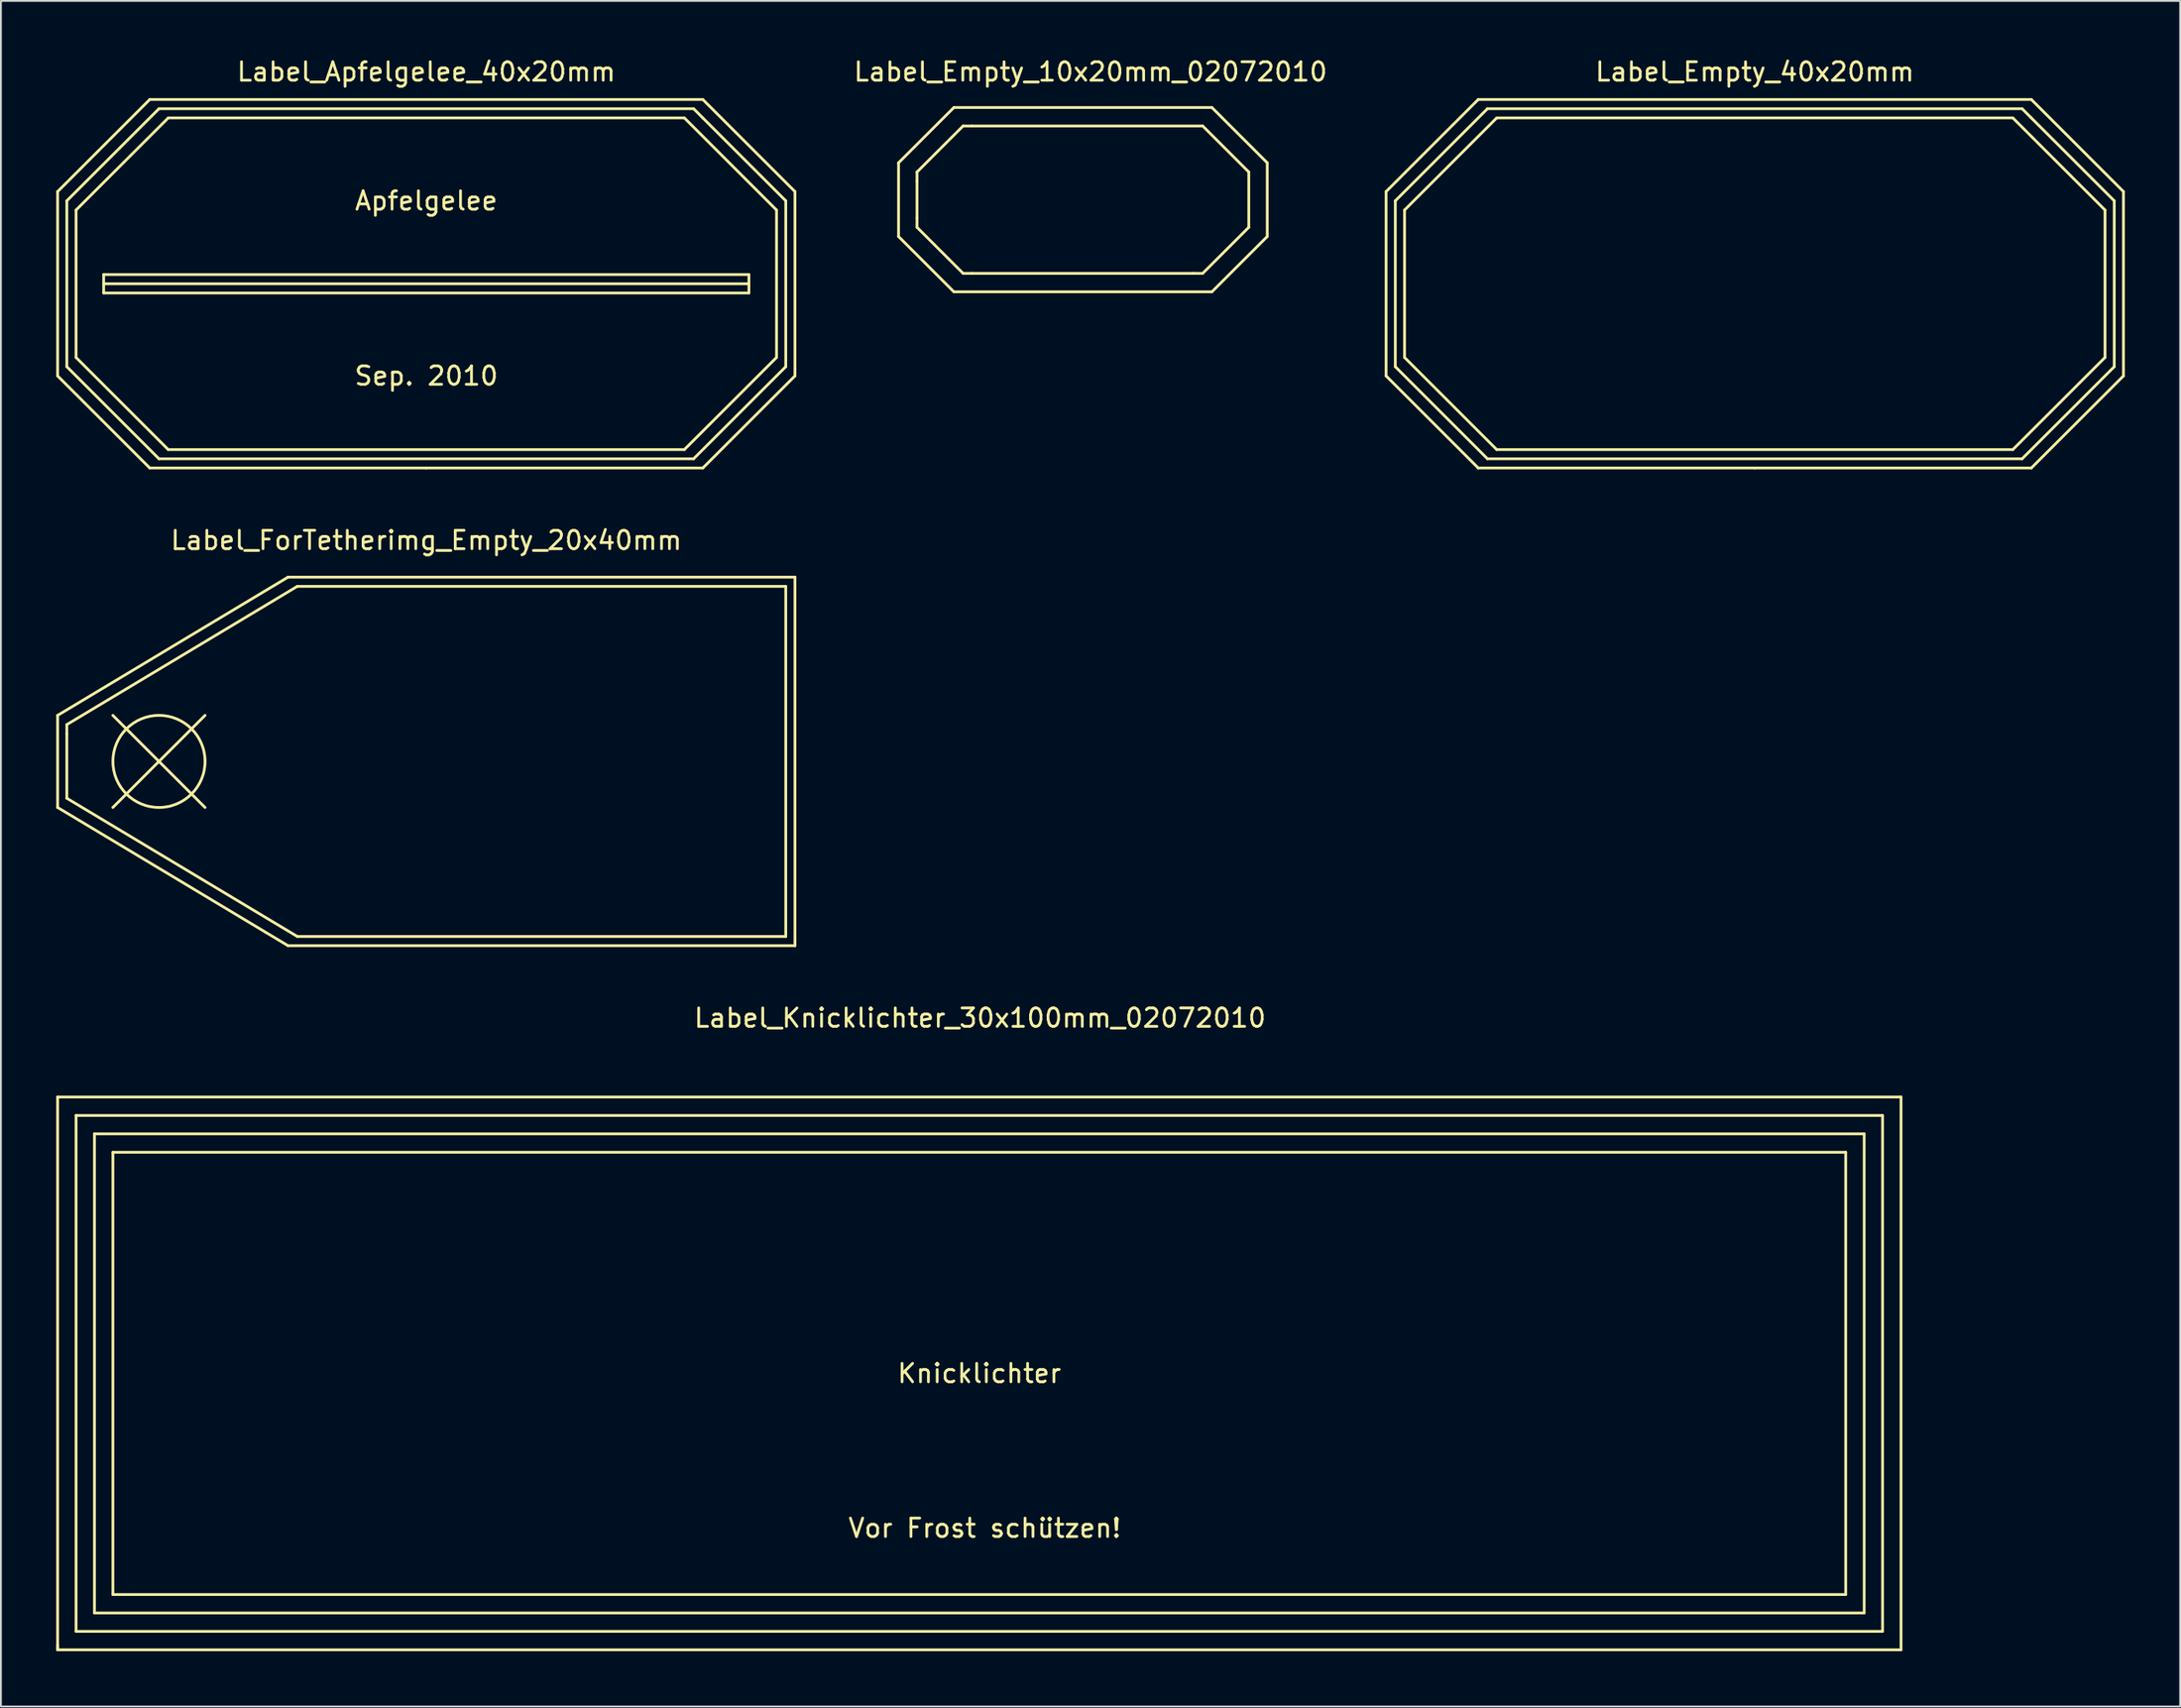
<source format=kicad_pcb>
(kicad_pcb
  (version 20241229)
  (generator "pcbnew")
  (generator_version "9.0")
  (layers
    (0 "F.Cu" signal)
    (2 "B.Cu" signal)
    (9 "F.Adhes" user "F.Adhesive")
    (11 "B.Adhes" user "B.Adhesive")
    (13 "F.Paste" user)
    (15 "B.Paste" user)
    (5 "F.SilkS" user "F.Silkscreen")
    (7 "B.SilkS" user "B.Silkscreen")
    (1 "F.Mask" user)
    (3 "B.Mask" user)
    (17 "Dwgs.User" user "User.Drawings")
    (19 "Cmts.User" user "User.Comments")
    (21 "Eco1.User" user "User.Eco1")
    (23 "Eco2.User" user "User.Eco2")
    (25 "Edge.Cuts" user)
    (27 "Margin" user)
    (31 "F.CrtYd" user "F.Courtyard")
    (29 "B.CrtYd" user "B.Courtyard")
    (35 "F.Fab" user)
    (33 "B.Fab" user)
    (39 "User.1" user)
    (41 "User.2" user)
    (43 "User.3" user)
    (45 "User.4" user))
  (footprint "Label_Empty_10x20mm_02072010"
    (layer "F.Cu")
    (at 56.108 7.96)
    (property "Reference" "Label_Empty_10x20mm_02072010" (at 0 -7.112 0) (layer "F.SilkS") (effects (font (size 1 1) (thickness 0.15))))
    (attr through_hole)
    (fp_line (start -10.414 -2.174) (end -10.414 1.826) (stroke (width 0.15) (type solid)) (layer "F.SilkS"))
    (fp_line (start -10.414 -2.174) (end -7.414 -5.174) (stroke (width 0.15) (type solid)) (layer "F.SilkS"))
    (fp_line (start -10.414 1.826) (end -7.414 4.826) (stroke (width 0.15) (type solid)) (layer "F.SilkS"))
    (fp_line (start -9.413 -1.674) (end -6.914 -4.173) (stroke (width 0.15) (type solid)) (layer "F.SilkS"))
    (fp_line (start -9.413 -1.173) (end -9.413 -1.674) (stroke (width 0.15) (type solid)) (layer "F.SilkS"))
    (fp_line (start -9.413 -1.173) (end -9.413 0.826) (stroke (width 0.15) (type solid)) (layer "F.SilkS"))
    (fp_line (start -9.413 0.826) (end -9.413 1.326) (stroke (width 0.15) (type solid)) (layer "F.SilkS"))
    (fp_line (start -9.413 1.326) (end -6.914 3.825) (stroke (width 0.15) (type solid)) (layer "F.SilkS"))
    (fp_line (start -7.414 -5.174) (end 6.586 -5.174) (stroke (width 0.15) (type solid)) (layer "F.SilkS"))
    (fp_line (start -6.914 -4.173) (end -6.413 -4.173) (stroke (width 0.15) (type solid)) (layer "F.SilkS"))
    (fp_line (start -6.914 3.825) (end -6.413 3.825) (stroke (width 0.15) (type solid)) (layer "F.SilkS"))
    (fp_line (start -6.413 3.825) (end 5.585 3.825) (stroke (width 0.15) (type solid)) (layer "F.SilkS"))
    (fp_line (start 6.086 -4.173) (end -6.413 -4.173) (stroke (width 0.15) (type solid)) (layer "F.SilkS"))
    (fp_line (start 6.086 3.825) (end 5.585 3.825) (stroke (width 0.15) (type solid)) (layer "F.SilkS"))
    (fp_line (start 6.586 4.826) (end -7.414 4.826) (stroke (width 0.15) (type solid)) (layer "F.SilkS"))
    (fp_line (start 6.586 4.826) (end 9.586 1.826) (stroke (width 0.15) (type solid)) (layer "F.SilkS"))
    (fp_line (start 8.585 -1.674) (end 6.086 -4.173) (stroke (width 0.15) (type solid)) (layer "F.SilkS"))
    (fp_line (start 8.585 -1.674) (end 8.585 1.326) (stroke (width 0.15) (type solid)) (layer "F.SilkS"))
    (fp_line (start 8.585 1.326) (end 6.086 3.825) (stroke (width 0.15) (type solid)) (layer "F.SilkS"))
    (fp_line (start 9.586 -2.174) (end 6.586 -5.174) (stroke (width 0.15) (type solid)) (layer "F.SilkS"))
    (fp_line (start 9.586 -2.174) (end 9.586 1.826) (stroke (width 0.15) (type solid)) (layer "F.SilkS")))
  (footprint "Label_ForTetherimg_Empty_20x40mm"
    (layer "F.Cu")
    (at 20.075 38.272)
    (property "Reference" "Label_ForTetherimg_Empty_20x40mm" (at 0 -11.999 0) (layer "F.SilkS") (effects (font (size 1 1) (thickness 0.15))))
    (attr through_hole)
    (fp_line (start -20 -2.499) (end -20 2.499) (stroke (width 0.15) (type solid)) (layer "F.SilkS"))
    (fp_line (start -20 -2.499) (end -7.501 -10) (stroke (width 0.15) (type solid)) (layer "F.SilkS"))
    (fp_line (start -20 2.499) (end -7.501 10) (stroke (width 0.15) (type solid)) (layer "F.SilkS"))
    (fp_line (start -19.5 -1.999) (end -19.5 -1.501) (stroke (width 0.15) (type solid)) (layer "F.SilkS"))
    (fp_line (start -19.5 -1.999) (end -7 -9.5) (stroke (width 0.15) (type solid)) (layer "F.SilkS"))
    (fp_line (start -19.5 1.999) (end -19.5 -1.501) (stroke (width 0.15) (type solid)) (layer "F.SilkS"))
    (fp_line (start -17.003 -2.499) (end -12.002 2.499) (stroke (width 0.15) (type solid)) (layer "F.SilkS"))
    (fp_line (start -17.003 2.499) (end -12.002 -2.499) (stroke (width 0.15) (type solid)) (layer "F.SilkS"))
    (fp_line (start -7.501 -10) (end 20 -10) (stroke (width 0.15) (type solid)) (layer "F.SilkS"))
    (fp_line (start -7 -9.5) (end 19.5 -9.5) (stroke (width 0.15) (type solid)) (layer "F.SilkS"))
    (fp_line (start -7 9.5) (end -19.5 1.999) (stroke (width 0.15) (type solid)) (layer "F.SilkS"))
    (fp_line (start 19.5 -9.5) (end 19.5 9.5) (stroke (width 0.15) (type solid)) (layer "F.SilkS"))
    (fp_line (start 19.5 9.5) (end -7 9.5) (stroke (width 0.15) (type solid)) (layer "F.SilkS"))
    (fp_line (start 20 -10) (end 20 10) (stroke (width 0.15) (type solid)) (layer "F.SilkS"))
    (fp_line (start 20 10) (end -7.501 10) (stroke (width 0.15) (type solid)) (layer "F.SilkS"))
    (fp_circle (center -14.501 0) (end -12.002 0) (stroke (width 0.15) (type solid)) (fill no) (layer "F.SilkS")))
  (footprint "Label_Empty_40x20mm"
    (layer "F.Cu")
    (at 92.142 12.349)
    (property "Reference" "Label_Empty_40x20mm" (at 0 -11.501 0) (layer "F.SilkS") (effects (font (size 1 1) (thickness 0.15))))
    (attr through_hole)
    (fp_line (start -20 -5.001) (end -20 5.001) (stroke (width 0.15) (type solid)) (layer "F.SilkS"))
    (fp_line (start -20 5.001) (end -15.001 10) (stroke (width 0.15) (type solid)) (layer "F.SilkS"))
    (fp_line (start -19.5 -4.501) (end -14.501 -9.5) (stroke (width 0.15) (type solid)) (layer "F.SilkS"))
    (fp_line (start -19.5 4.501) (end -19.5 -4.501) (stroke (width 0.15) (type solid)) (layer "F.SilkS"))
    (fp_line (start -18.999 -4) (end -14 -8.999) (stroke (width 0.15) (type solid)) (layer "F.SilkS"))
    (fp_line (start -18.999 4) (end -18.999 -4) (stroke (width 0.15) (type solid)) (layer "F.SilkS"))
    (fp_line (start -15.001 -10) (end -20 -5.001) (stroke (width 0.15) (type solid)) (layer "F.SilkS"))
    (fp_line (start -15.001 -10) (end 15.001 -10) (stroke (width 0.15) (type solid)) (layer "F.SilkS"))
    (fp_line (start -15.001 10) (end 0 10) (stroke (width 0.15) (type solid)) (layer "F.SilkS"))
    (fp_line (start -14.501 -9.5) (end 14.501 -9.5) (stroke (width 0.15) (type solid)) (layer "F.SilkS"))
    (fp_line (start -14.501 9.5) (end -19.5 4.501) (stroke (width 0.15) (type solid)) (layer "F.SilkS"))
    (fp_line (start -14 -8.999) (end 14 -8.999) (stroke (width 0.15) (type solid)) (layer "F.SilkS"))
    (fp_line (start -14 8.999) (end -18.999 4) (stroke (width 0.15) (type solid)) (layer "F.SilkS"))
    (fp_line (start 0 10) (end 15.001 10) (stroke (width 0.15) (type solid)) (layer "F.SilkS"))
    (fp_line (start 14 -8.999) (end 18.999 -4) (stroke (width 0.15) (type solid)) (layer "F.SilkS"))
    (fp_line (start 14 8.999) (end -14 8.999) (stroke (width 0.15) (type solid)) (layer "F.SilkS"))
    (fp_line (start 14.501 -9.5) (end 15.001 -8.999) (stroke (width 0.15) (type solid)) (layer "F.SilkS"))
    (fp_line (start 14.501 9.5) (end -14.501 9.5) (stroke (width 0.15) (type solid)) (layer "F.SilkS"))
    (fp_line (start 15.001 -10) (end 20 -5.001) (stroke (width 0.15) (type solid)) (layer "F.SilkS"))
    (fp_line (start 15.001 -8.999) (end 19.5 -4.501) (stroke (width 0.15) (type solid)) (layer "F.SilkS"))
    (fp_line (start 18.999 -4) (end 18.999 4) (stroke (width 0.15) (type solid)) (layer "F.SilkS"))
    (fp_line (start 18.999 4) (end 14 8.999) (stroke (width 0.15) (type solid)) (layer "F.SilkS"))
    (fp_line (start 19.5 -4.501) (end 19.5 4.501) (stroke (width 0.15) (type solid)) (layer "F.SilkS"))
    (fp_line (start 19.5 4.501) (end 14.501 9.5) (stroke (width 0.15) (type solid)) (layer "F.SilkS"))
    (fp_line (start 20 -5.001) (end 20 5.001) (stroke (width 0.15) (type solid)) (layer "F.SilkS"))
    (fp_line (start 20 5.001) (end 15.001 10) (stroke (width 0.15) (type solid)) (layer "F.SilkS")))
  (footprint "Label_Apfelgelee_40x20mm"
    (layer "F.Cu")
    (at 20.075 12.349)
    (property "Reference" "Label_Apfelgelee_40x20mm" (at 0 -11.501 0) (layer "F.SilkS") (effects (font (size 1 1) (thickness 0.15))))
    (attr through_hole)
    (fp_line (start -20 -5.001) (end -20 5.001) (stroke (width 0.15) (type solid)) (layer "F.SilkS"))
    (fp_line (start -20 5.001) (end -15.001 10) (stroke (width 0.15) (type solid)) (layer "F.SilkS"))
    (fp_line (start -19.5 -4.501) (end -14.501 -9.5) (stroke (width 0.15) (type solid)) (layer "F.SilkS"))
    (fp_line (start -19.5 4.501) (end -19.5 -4.501) (stroke (width 0.15) (type solid)) (layer "F.SilkS"))
    (fp_line (start -18.999 -4) (end -14 -8.999) (stroke (width 0.15) (type solid)) (layer "F.SilkS"))
    (fp_line (start -18.999 4) (end -18.999 -4) (stroke (width 0.15) (type solid)) (layer "F.SilkS"))
    (fp_line (start -17.501 -0.5) (end -17.501 0.5) (stroke (width 0.15) (type solid)) (layer "F.SilkS"))
    (fp_line (start -17.501 0) (end 17.501 0) (stroke (width 0.15) (type solid)) (layer "F.SilkS"))
    (fp_line (start -17.501 0.5) (end 17.501 0.5) (stroke (width 0.15) (type solid)) (layer "F.SilkS"))
    (fp_line (start -15.001 -10) (end -20 -5.001) (stroke (width 0.15) (type solid)) (layer "F.SilkS"))
    (fp_line (start -15.001 -10) (end 15.001 -10) (stroke (width 0.15) (type solid)) (layer "F.SilkS"))
    (fp_line (start -15.001 10) (end 0 10) (stroke (width 0.15) (type solid)) (layer "F.SilkS"))
    (fp_line (start -14.501 -9.5) (end 14.501 -9.5) (stroke (width 0.15) (type solid)) (layer "F.SilkS"))
    (fp_line (start -14.501 9.5) (end -19.5 4.501) (stroke (width 0.15) (type solid)) (layer "F.SilkS"))
    (fp_line (start -14 -8.999) (end 14 -8.999) (stroke (width 0.15) (type solid)) (layer "F.SilkS"))
    (fp_line (start -14 8.999) (end -18.999 4) (stroke (width 0.15) (type solid)) (layer "F.SilkS"))
    (fp_line (start 0 10) (end 15.001 10) (stroke (width 0.15) (type solid)) (layer "F.SilkS"))
    (fp_line (start 14 -8.999) (end 18.999 -4) (stroke (width 0.15) (type solid)) (layer "F.SilkS"))
    (fp_line (start 14 8.999) (end -14 8.999) (stroke (width 0.15) (type solid)) (layer "F.SilkS"))
    (fp_line (start 14.501 -9.5) (end 15.001 -8.999) (stroke (width 0.15) (type solid)) (layer "F.SilkS"))
    (fp_line (start 14.501 9.5) (end -14.501 9.5) (stroke (width 0.15) (type solid)) (layer "F.SilkS"))
    (fp_line (start 15.001 -10) (end 20 -5.001) (stroke (width 0.15) (type solid)) (layer "F.SilkS"))
    (fp_line (start 15.001 -8.999) (end 19.5 -4.501) (stroke (width 0.15) (type solid)) (layer "F.SilkS"))
    (fp_line (start 17.501 -0.5) (end -17.501 -0.5) (stroke (width 0.15) (type solid)) (layer "F.SilkS"))
    (fp_line (start 17.501 0) (end 17.501 -0.5) (stroke (width 0.15) (type solid)) (layer "F.SilkS"))
    (fp_line (start 17.501 0.5) (end 17.501 0) (stroke (width 0.15) (type solid)) (layer "F.SilkS"))
    (fp_line (start 18.999 -4) (end 18.999 4) (stroke (width 0.15) (type solid)) (layer "F.SilkS"))
    (fp_line (start 18.999 4) (end 14 8.999) (stroke (width 0.15) (type solid)) (layer "F.SilkS"))
    (fp_line (start 19.5 -4.501) (end 19.5 4.501) (stroke (width 0.15) (type solid)) (layer "F.SilkS"))
    (fp_line (start 19.5 4.501) (end 14.501 9.5) (stroke (width 0.15) (type solid)) (layer "F.SilkS"))
    (fp_line (start 20 -5.001) (end 20 5.001) (stroke (width 0.15) (type solid)) (layer "F.SilkS"))
    (fp_line (start 20 5.001) (end 15.001 10) (stroke (width 0.15) (type solid)) (layer "F.SilkS"))
    (fp_text user "Apfelgelee" (at 0 -4.501 0) (layer "F.SilkS") (effects (font (size 1 1) (thickness 0.15))))
    (fp_text user "Sep. 2010" (at 0 5.001 0) (layer "F.SilkS") (effects (font (size 1 1) (thickness 0.15)))))
  (footprint "Label_Knicklichter_30x100mm_02072010"
    (layer "F.Cu")
    (at 50.113 71.499)
    (property "Reference" "Label_Knicklichter_30x100mm_02072010" (at 0 -19.304 0) (layer "F.SilkS") (effects (font (size 1 1) (thickness 0.15))))
    (attr through_hole)
    (fp_line (start -50.038 -15.014) (end -50.038 14.986) (stroke (width 0.15) (type solid)) (layer "F.SilkS"))
    (fp_line (start -50.038 14.986) (end -50.038 14.737) (stroke (width 0.15) (type solid)) (layer "F.SilkS"))
    (fp_line (start -50.038 14.986) (end 49.962 14.986) (stroke (width 0.15) (type solid)) (layer "F.SilkS"))
    (fp_line (start -49.037 -14.013) (end -49.037 13.985) (stroke (width 0.15) (type solid)) (layer "F.SilkS"))
    (fp_line (start -49.037 13.985) (end 48.961 13.985) (stroke (width 0.15) (type solid)) (layer "F.SilkS"))
    (fp_line (start -48.039 -13.015) (end -48.039 12.987) (stroke (width 0.15) (type solid)) (layer "F.SilkS"))
    (fp_line (start -48.039 12.987) (end 47.963 12.987) (stroke (width 0.15) (type solid)) (layer "F.SilkS"))
    (fp_line (start -47.038 -12.014) (end -47.038 11.986) (stroke (width 0.15) (type solid)) (layer "F.SilkS"))
    (fp_line (start -47.038 11.986) (end 46.962 11.986) (stroke (width 0.15) (type solid)) (layer "F.SilkS"))
    (fp_line (start 46.962 -12.014) (end -47.038 -12.014) (stroke (width 0.15) (type solid)) (layer "F.SilkS"))
    (fp_line (start 46.962 11.986) (end 46.962 -12.014) (stroke (width 0.15) (type solid)) (layer "F.SilkS"))
    (fp_line (start 47.963 -13.015) (end -48.039 -13.015) (stroke (width 0.15) (type solid)) (layer "F.SilkS"))
    (fp_line (start 47.963 12.987) (end 47.963 -13.015) (stroke (width 0.15) (type solid)) (layer "F.SilkS"))
    (fp_line (start 48.961 -14.013) (end -49.037 -14.013) (stroke (width 0.15) (type solid)) (layer "F.SilkS"))
    (fp_line (start 48.961 13.985) (end 48.961 -14.013) (stroke (width 0.15) (type solid)) (layer "F.SilkS"))
    (fp_line (start 49.962 -15.014) (end -50.038 -15.014) (stroke (width 0.15) (type solid)) (layer "F.SilkS"))
    (fp_line (start 49.962 14.986) (end 49.962 -15.014) (stroke (width 0.15) (type solid)) (layer "F.SilkS"))
    (fp_text user "Vor Frost schützen!" (at 0.254 8.382 0) (layer "F.SilkS") (effects (font (size 1 1) (thickness 0.15))))
    (fp_text user "" (at -0.038 7.986 0) (layer "F.SilkS") (effects (font (size 1 1) (thickness 0.15))))
    (fp_text user "Knicklichter" (at -0.038 -0.015 0) (layer "F.SilkS") (effects (font (size 1 1) (thickness 0.15)))))
  (gr_rect
    (start -3 -3)
    (end 115.217 89.56)
    (stroke (width 0.1) (type default))
    (fill no)
    (layer "Edge.Cuts")))
</source>
